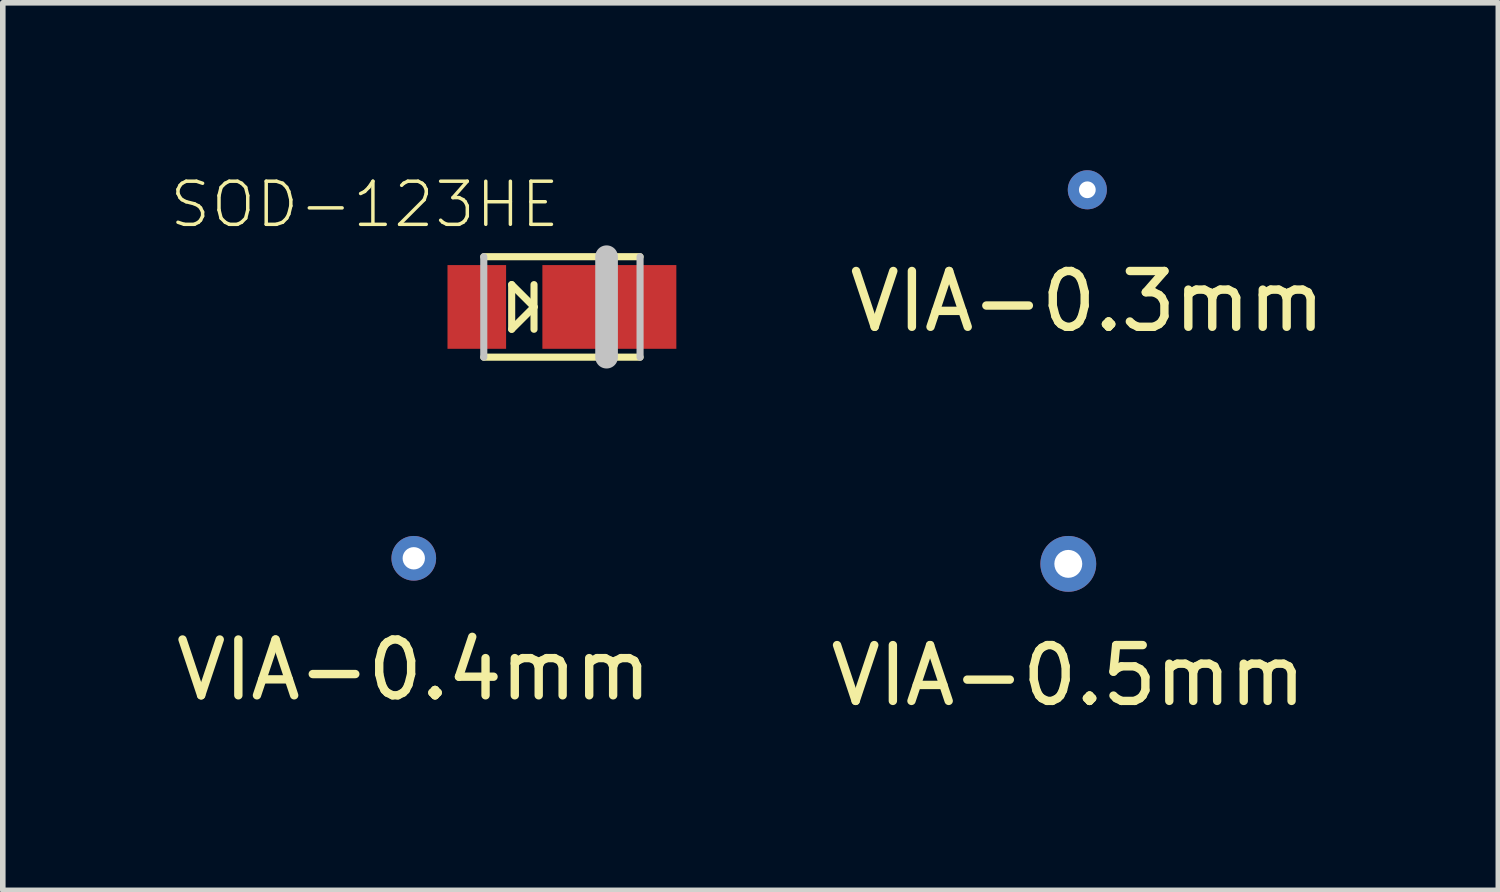
<source format=kicad_pcb>
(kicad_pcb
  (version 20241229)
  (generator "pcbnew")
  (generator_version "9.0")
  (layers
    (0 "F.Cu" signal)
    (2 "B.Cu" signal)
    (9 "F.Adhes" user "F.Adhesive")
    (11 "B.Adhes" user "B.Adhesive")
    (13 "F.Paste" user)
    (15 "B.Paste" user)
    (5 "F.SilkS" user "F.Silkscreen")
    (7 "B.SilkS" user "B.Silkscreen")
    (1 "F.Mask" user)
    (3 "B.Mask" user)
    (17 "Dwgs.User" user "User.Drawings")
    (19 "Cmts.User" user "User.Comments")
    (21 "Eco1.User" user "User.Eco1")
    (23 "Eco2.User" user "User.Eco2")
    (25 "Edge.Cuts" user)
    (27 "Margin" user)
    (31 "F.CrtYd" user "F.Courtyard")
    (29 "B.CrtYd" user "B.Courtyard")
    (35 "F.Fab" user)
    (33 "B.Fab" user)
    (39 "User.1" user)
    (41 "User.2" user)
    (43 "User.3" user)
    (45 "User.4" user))
  (footprint "VIA-0.5mm"
    (layer "F.Cu")
    (at 16.089 7.052)
    (property "Reference" "VIA-0.5mm" (at 0 2 0) (layer "F.SilkS") (effects (font (size 1 1) (thickness 0.15))))
    (attr through_hole)
    (pad "1" thru_hole circle (at 0 0) (size 1 1) (drill 0.5) (layers "*.Cu")))
  (footprint "VIA-0.4mm"
    (layer "F.Cu")
    (at 4.363 6.952)
    (property "Reference" "VIA-0.4mm" (at 0 2 0) (layer "F.SilkS") (effects (font (size 1 1) (thickness 0.15))))
    (attr through_hole)
    (pad "1" thru_hole circle (at 0 0) (size 0.8 0.8) (drill 0.4) (layers "*.Cu")))
  (footprint "SOD-123HE"
    (layer "F.Cu")
    (at 7.017 2.449)
    (property "Reference" "SOD-123HE" (at 0 -2.286 0) (layer "F.SilkS") (effects (font (size 0.772 0.772) (thickness 0.062)) (justify right top)))
    (attr through_hole)
    (fp_line (start -1.4 -0.9) (end 1.4 -0.9) (stroke (width 0.127) (type solid)) (layer "F.SilkS"))
    (fp_line (start -0.9 -0.4) (end -0.5 0) (stroke (width 0.127) (type solid)) (layer "F.SilkS"))
    (fp_line (start -0.9 0.4) (end -0.9 -0.4) (stroke (width 0.127) (type solid)) (layer "F.SilkS"))
    (fp_line (start -0.5 -0.4) (end -0.5 0) (stroke (width 0.127) (type solid)) (layer "F.SilkS"))
    (fp_line (start -0.5 0) (end -0.9 0.4) (stroke (width 0.127) (type solid)) (layer "F.SilkS"))
    (fp_line (start -0.5 0) (end -0.5 0.4) (stroke (width 0.127) (type solid)) (layer "F.SilkS"))
    (fp_line (start 1.4 0.9) (end -1.4 0.9) (stroke (width 0.127) (type solid)) (layer "F.SilkS"))
    (fp_line (start -1.4 -0.9) (end -1.4 0.9) (stroke (width 0.127) (type solid)) (layer "Dwgs.User"))
    (fp_line (start 0.8 -0.9) (end 0.8 0.9) (stroke (width 0.406) (type solid)) (layer "Dwgs.User"))
    (fp_line (start 1.4 0.9) (end 1.4 -0.9) (stroke (width 0.127) (type solid)) (layer "Dwgs.User"))
    (pad "A" smd rect (at -1.525 0) (size 1.05 1.5) (layers "F.Cu" "F.Mask" "F.Paste"))
    (pad "C" smd rect (at 0.85 0) (size 2.4 1.5) (layers "F.Cu" "F.Mask" "F.Paste")))
  (footprint "VIA-0.3mm"
    (layer "F.Cu")
    (at 16.43 0.35)
    (property "Reference" "VIA-0.3mm" (at 0 2 0) (layer "F.SilkS") (effects (font (size 1 1) (thickness 0.15))))
    (attr through_hole)
    (pad "1" thru_hole circle (at 0 0) (size 0.7 0.7) (drill 0.3) (layers "*.Cu")))
  (gr_rect
    (start -3 -3)
    (end 23.793 12.9)
    (stroke (width 0.1) (type default))
    (fill no)
    (layer "Edge.Cuts")))
</source>
